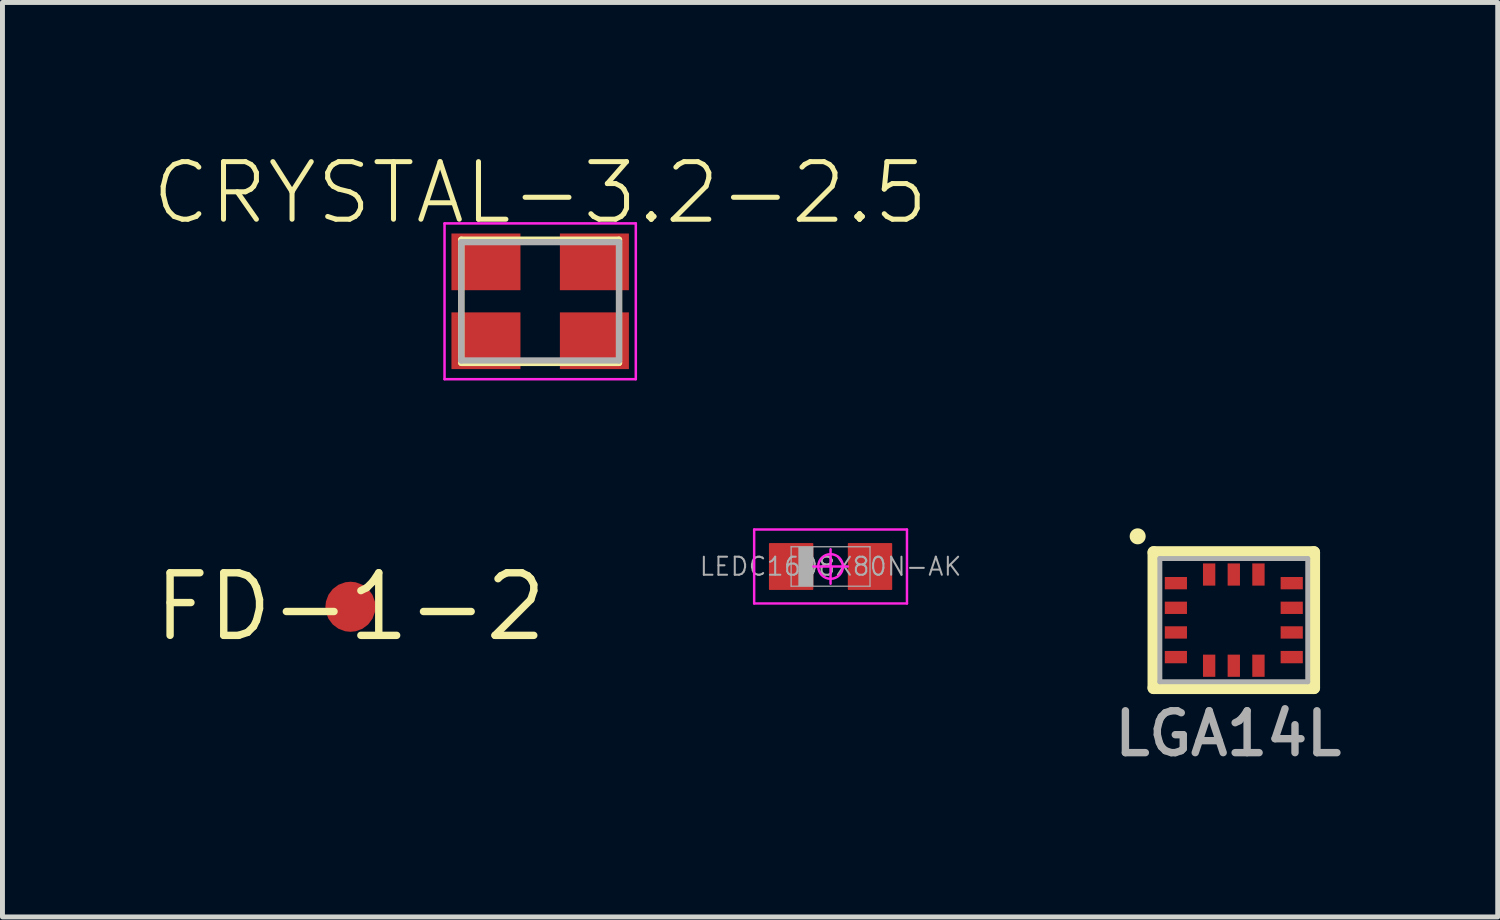
<source format=kicad_pcb>
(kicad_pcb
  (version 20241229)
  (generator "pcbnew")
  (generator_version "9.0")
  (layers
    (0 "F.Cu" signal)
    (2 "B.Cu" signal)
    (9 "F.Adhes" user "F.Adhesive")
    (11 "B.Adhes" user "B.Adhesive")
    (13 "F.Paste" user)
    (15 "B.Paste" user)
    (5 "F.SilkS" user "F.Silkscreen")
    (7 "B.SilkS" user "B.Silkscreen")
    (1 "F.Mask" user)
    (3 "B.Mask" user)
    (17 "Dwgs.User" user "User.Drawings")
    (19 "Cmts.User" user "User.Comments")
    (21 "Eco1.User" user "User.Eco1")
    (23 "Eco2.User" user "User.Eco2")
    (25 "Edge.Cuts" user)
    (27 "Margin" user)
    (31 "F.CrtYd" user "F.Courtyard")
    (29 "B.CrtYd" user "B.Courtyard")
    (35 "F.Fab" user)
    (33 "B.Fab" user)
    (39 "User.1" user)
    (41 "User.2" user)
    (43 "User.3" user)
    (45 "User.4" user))
  (footprint "FD-1-2"
    (layer "F.Cu")
    (at 4.059 9.259)
    (property "Reference" "FD-1-2" (at 0 0 0) (layer "F.SilkS") (effects (font (size 1.27 1.27) (thickness 0.15))))
    (fp_circle (center 0 0) (end 0.5 0) (stroke (width 2.184) (type solid)) (fill no) (layer "F.Mask"))
    (pad "P$1" smd roundrect (at 0 0) (size 1.016 1.016) (layers "F.Cu" "F.Mask" "F.Paste") (roundrect_rratio 0.5))
    (zone (net_name "") (layer "F.Cu") (hatch edge 0.5) (connect_pads) (min_thickness 0.25) (filled_areas_thickness no) (keepout (tracks not_allowed) (vias not_allowed) (pads not_allowed) (copperpour not_allowed) (footprints allowed)) (placement (enabled no)) (fill) (polygon (pts (xy 5.623 9.259) (xy 5.602 9.009) (xy 5.542 8.764) (xy 5.444 8.533) (xy 5.309 8.32) (xy 5.142 8.132) (xy 4.947 7.973) (xy 4.729 7.847) (xy 4.494 7.758) (xy 4.248 7.707) (xy 3.996 7.697) (xy 3.746 7.728) (xy 3.505 7.798) (xy 3.277 7.905) (xy 3.07 8.048) (xy 2.889 8.223) (xy 2.738 8.424) (xy 2.621 8.647) (xy 2.541 8.885) (xy 2.501 9.134) (xy 2.501 9.385) (xy 2.541 9.634) (xy 2.621 9.872) (xy 2.738 10.095) (xy 2.889 10.296) (xy 3.07 10.471) (xy 3.277 10.613) (xy 3.505 10.721) (xy 3.746 10.791) (xy 3.996 10.822) (xy 4.248 10.812) (xy 4.494 10.761) (xy 4.729 10.672) (xy 4.947 10.546) (xy 5.142 10.387) (xy 5.309 10.199) (xy 5.444 9.986) (xy 5.542 9.755) (xy 5.602 9.51))) (polygon (pts (xy 5.496 9.259) (xy 5.476 9.023) (xy 5.418 8.793) (xy 5.323 8.576) (xy 5.193 8.377) (xy 5.032 8.203) (xy 4.845 8.057) (xy 4.636 7.944) (xy 4.412 7.867) (xy 4.178 7.828) (xy 3.941 7.828) (xy 3.707 7.867) (xy 3.482 7.944) (xy 3.273 8.057) (xy 3.086 8.203) (xy 2.926 8.377) (xy 2.796 8.576) (xy 2.701 8.793) (xy 2.642 9.023) (xy 2.623 9.259) (xy 2.642 9.496) (xy 2.701 9.726) (xy 2.796 9.943) (xy 2.926 10.142) (xy 3.086 10.316) (xy 3.273 10.462) (xy 3.482 10.575) (xy 3.707 10.652) (xy 3.941 10.691) (xy 4.178 10.691) (xy 4.412 10.652) (xy 4.636 10.575) (xy 4.845 10.462) (xy 5.032 10.316) (xy 5.193 10.142) (xy 5.323 9.943) (xy 5.418 9.726) (xy 5.476 9.496)))))
  (footprint "CRYSTAL-3.2-2.5"
    (layer "F.Cu")
    (at 7.908 3.062)
    (property "Reference" "CRYSTAL-3.2-2.5" (at 0 -2.2 0) (unlocked yes) (layer "F.SilkS") (effects (font (size 1.168 1.168) (thickness 0.102))))
    (fp_line (start -1.6 -1.25) (end 1.6 -1.25) (stroke (width 0.127) (type solid)) (layer "F.SilkS"))
    (fp_line (start -1.6 1.25) (end -1.6 -1.25) (stroke (width 0.127) (type solid)) (layer "F.SilkS"))
    (fp_line (start 1.6 -1.25) (end 1.6 1.25) (stroke (width 0.127) (type solid)) (layer "F.SilkS"))
    (fp_line (start 1.6 1.25) (end -1.6 1.25) (stroke (width 0.127) (type solid)) (layer "F.SilkS"))
    (fp_line (start -1.94 -1.58) (end 1.94 -1.58) (stroke (width 0.051) (type solid)) (layer "F.CrtYd"))
    (fp_line (start -1.94 1.58) (end -1.94 -1.58) (stroke (width 0.051) (type solid)) (layer "F.CrtYd"))
    (fp_line (start 1.94 -1.58) (end 1.94 1.58) (stroke (width 0.051) (type solid)) (layer "F.CrtYd"))
    (fp_line (start 1.94 1.58) (end -1.94 1.58) (stroke (width 0.051) (type solid)) (layer "F.CrtYd"))
    (fp_line (start -1.6 -1.2) (end 1.6 -1.2) (stroke (width 0.127) (type solid)) (layer "F.Fab"))
    (fp_line (start -1.6 1.2) (end -1.6 -1.2) (stroke (width 0.127) (type solid)) (layer "F.Fab"))
    (fp_line (start 1.6 -1.2) (end 1.6 1.2) (stroke (width 0.127) (type solid)) (layer "F.Fab"))
    (fp_line (start 1.6 1.2) (end -1.6 1.2) (stroke (width 0.127) (type solid)) (layer "F.Fab"))
    (pad "1" smd rect (at -1.1 0.8 90) (size 1.15 1.4) (layers "F.Cu" "F.Mask" "F.Paste"))
    (pad "2" smd rect (at 1.1 0.8 90) (size 1.15 1.4) (layers "F.Cu" "F.Mask" "F.Paste"))
    (pad "3" smd rect (at 1.1 -0.8 90) (size 1.15 1.4) (layers "F.Cu" "F.Mask" "F.Paste"))
    (pad "4" smd rect (at -1.1 -0.8 90) (size 1.15 1.4) (layers "F.Cu" "F.Mask" "F.Paste")))
  (footprint "LGA14L"
    (layer "F.Cu")
    (at 21.979 9.53)
    (property "Reference" "LGA14L" (at -2.5 2.8 0) (unlocked yes) (layer "F.Fab") (effects (font (size 0.85 0.85) (thickness 0.15)) (justify left bottom)))
    (fp_line (start -1.925 -1.7) (end -1.975 -1.7) (stroke (width 0.25) (type solid)) (layer "F.SilkS"))
    (fp_line (start -1.625 -1.375) (end 1.625 -1.375) (stroke (width 0.25) (type solid)) (layer "F.SilkS"))
    (fp_line (start -1.625 1.375) (end -1.625 -1.375) (stroke (width 0.25) (type solid)) (layer "F.SilkS"))
    (fp_line (start 1.625 -1.375) (end 1.625 1.375) (stroke (width 0.25) (type solid)) (layer "F.SilkS"))
    (fp_line (start 1.625 1.375) (end -1.625 1.375) (stroke (width 0.25) (type solid)) (layer "F.SilkS"))
    (fp_circle (center -1.95 -1.7) (end -1.85 -1.7) (stroke (width 0.125) (type solid)) (fill no) (layer "F.SilkS"))
    (fp_line (start -1.5 -1.25) (end -1.5 1.25) (stroke (width 0.1) (type solid)) (layer "F.Fab"))
    (fp_line (start -1.5 1.25) (end 1.5 1.25) (stroke (width 0.1) (type solid)) (layer "F.Fab"))
    (fp_line (start 1.5 -1.25) (end -1.5 -1.25) (stroke (width 0.1) (type solid)) (layer "F.Fab"))
    (fp_line (start 1.5 1.25) (end 1.5 -1.25) (stroke (width 0.1) (type solid)) (layer "F.Fab"))
    (pad "1" smd rect (at -1.175 -0.75 180) (size 0.45 0.25) (layers "F.Cu" "F.Mask" "F.Paste"))
    (pad "2" smd rect (at -1.175 -0.25 180) (size 0.45 0.25) (layers "F.Cu" "F.Mask" "F.Paste"))
    (pad "3" smd rect (at -1.175 0.25 180) (size 0.45 0.25) (layers "F.Cu" "F.Mask" "F.Paste"))
    (pad "4" smd rect (at -1.175 0.75 180) (size 0.45 0.25) (layers "F.Cu" "F.Mask" "F.Paste"))
    (pad "5" smd rect (at -0.5 0.925 90) (size 0.45 0.25) (layers "F.Cu" "F.Mask" "F.Paste"))
    (pad "6" smd rect (at 0 0.925 90) (size 0.45 0.25) (layers "F.Cu" "F.Mask" "F.Paste"))
    (pad "7" smd rect (at 0.5 0.925 90) (size 0.45 0.25) (layers "F.Cu" "F.Mask" "F.Paste"))
    (pad "8" smd rect (at 1.175 0.75 180) (size 0.45 0.25) (layers "F.Cu" "F.Mask" "F.Paste"))
    (pad "9" smd rect (at 1.175 0.25 180) (size 0.45 0.25) (layers "F.Cu" "F.Mask" "F.Paste"))
    (pad "10" smd rect (at 1.175 -0.25 180) (size 0.45 0.25) (layers "F.Cu" "F.Mask" "F.Paste"))
    (pad "11" smd rect (at 1.175 -0.75 180) (size 0.45 0.25) (layers "F.Cu" "F.Mask" "F.Paste"))
    (pad "12" smd rect (at 0.5 -0.925 90) (size 0.45 0.25) (layers "F.Cu" "F.Mask" "F.Paste"))
    (pad "13" smd rect (at 0 -0.925 90) (size 0.45 0.25) (layers "F.Cu" "F.Mask" "F.Paste"))
    (pad "14" smd rect (at -0.5 -0.925 90) (size 0.45 0.25) (layers "F.Cu" "F.Mask" "F.Paste"))
    (zone (net_name "") (layer "F.Cu") (hatch edge 0.5) (connect_pads) (min_thickness 0.25) (filled_areas_thickness no) (keepout (tracks not_allowed) (vias not_allowed) (pads not_allowed) (copperpour not_allowed) (footprints allowed)) (placement (enabled no)) (fill) (polygon (pts (xy 20.479 8.55) (xy 21.239 8.55) (xy 21.239 8.28) (xy 20.479 8.28))))
    (zone (net_name "") (layer "F.Cu") (hatch edge 0.5) (connect_pads) (min_thickness 0.25) (filled_areas_thickness no) (keepout (tracks not_allowed) (vias not_allowed) (pads not_allowed) (copperpour not_allowed) (footprints allowed)) (placement (enabled no)) (fill) (polygon (pts (xy 20.479 10.78) (xy 21.239 10.78) (xy 21.239 10.51) (xy 20.479 10.51))))
    (zone (net_name "") (layer "F.Cu") (hatch edge 0.5) (connect_pads) (min_thickness 0.25) (filled_areas_thickness no) (keepout (tracks not_allowed) (vias not_allowed) (pads not_allowed) (copperpour not_allowed) (footprints allowed)) (placement (enabled no)) (fill) (polygon (pts (xy 21.149 8.95) (xy 21.239 8.95) (xy 21.239 8.55) (xy 21.149 8.55))))
    (zone (net_name "") (layer "F.Cu") (hatch edge 0.5) (connect_pads) (min_thickness 0.25) (filled_areas_thickness no) (keepout (tracks not_allowed) (vias not_allowed) (pads not_allowed) (copperpour not_allowed) (footprints allowed)) (placement (enabled no)) (fill) (polygon (pts (xy 21.149 10.11) (xy 22.809 10.11) (xy 22.809 8.95) (xy 21.149 8.95))))
    (zone (net_name "") (layer "F.Cu") (hatch edge 0.5) (connect_pads) (min_thickness 0.25) (filled_areas_thickness no) (keepout (tracks not_allowed) (vias not_allowed) (pads not_allowed) (copperpour not_allowed) (footprints allowed)) (placement (enabled no)) (fill) (polygon (pts (xy 21.149 10.51) (xy 21.239 10.51) (xy 21.239 10.11) (xy 21.149 10.11))))
    (zone (net_name "") (layer "F.Cu") (hatch edge 0.5) (connect_pads) (min_thickness 0.25) (filled_areas_thickness no) (keepout (tracks not_allowed) (vias not_allowed) (pads not_allowed) (copperpour not_allowed) (footprints allowed)) (placement (enabled no)) (fill) (polygon (pts (xy 22.719 8.55) (xy 23.479 8.55) (xy 23.479 8.28) (xy 22.719 8.28))))
    (zone (net_name "") (layer "F.Cu") (hatch edge 0.5) (connect_pads) (min_thickness 0.25) (filled_areas_thickness no) (keepout (tracks not_allowed) (vias not_allowed) (pads not_allowed) (copperpour not_allowed) (footprints allowed)) (placement (enabled no)) (fill) (polygon (pts (xy 22.719 8.95) (xy 22.809 8.95) (xy 22.809 8.55) (xy 22.719 8.55))))
    (zone (net_name "") (layer "F.Cu") (hatch edge 0.5) (connect_pads) (min_thickness 0.25) (filled_areas_thickness no) (keepout (tracks not_allowed) (vias not_allowed) (pads not_allowed) (copperpour not_allowed) (footprints allowed)) (placement (enabled no)) (fill) (polygon (pts (xy 22.719 10.51) (xy 22.809 10.51) (xy 22.809 10.11) (xy 22.719 10.11))))
    (zone (net_name "") (layer "F.Cu") (hatch edge 0.5) (connect_pads) (min_thickness 0.25) (filled_areas_thickness no) (keepout (tracks not_allowed) (vias not_allowed) (pads not_allowed) (copperpour not_allowed) (footprints allowed)) (placement (enabled no)) (fill) (polygon (pts (xy 22.719 10.78) (xy 23.479 10.78) (xy 23.479 10.51) (xy 22.719 10.51)))))
  (footprint "LEDC1608X80N-AK"
    (layer "F.Cu")
    (at 13.799 8.442)
    (property "Reference" "LEDC1608X80N-AK" (at 0 0 0) (unlocked yes) (layer "F.Fab") (effects (font (size 0.366 0.366) (thickness 0.041))))
    (fp_line (start -1.55 -0.75) (end -1.55 0.75) (stroke (width 0.05) (type solid)) (layer "F.CrtYd"))
    (fp_line (start -1.55 0.75) (end 1.55 0.75) (stroke (width 0.05) (type solid)) (layer "F.CrtYd"))
    (fp_line (start -0.35 0) (end 0.35 0) (stroke (width 0.05) (type solid)) (layer "F.CrtYd"))
    (fp_line (start 0 0.35) (end 0 -0.35) (stroke (width 0.05) (type solid)) (layer "F.CrtYd"))
    (fp_line (start 1.55 -0.75) (end -1.55 -0.75) (stroke (width 0.05) (type solid)) (layer "F.CrtYd"))
    (fp_line (start 1.55 0.75) (end 1.55 -0.75) (stroke (width 0.05) (type solid)) (layer "F.CrtYd"))
    (fp_circle (center 0 0) (end 0.25 0) (stroke (width 0.05) (type solid)) (fill no) (layer "F.CrtYd"))
    (fp_line (start -0.8 -0.4) (end -0.8 0.4) (stroke (width 0.025) (type solid)) (layer "F.Fab"))
    (fp_line (start -0.8 0.4) (end 0.8 0.4) (stroke (width 0.025) (type solid)) (layer "F.Fab"))
    (fp_line (start -0.645 -0.395) (end -0.645 0.395) (stroke (width 0.01) (type solid)) (layer "F.Fab"))
    (fp_line (start -0.645 0.395) (end -0.355 0.395) (stroke (width 0.01) (type solid)) (layer "F.Fab"))
    (fp_line (start -0.64 -0.39) (end -0.64 0.39) (stroke (width 0.01) (type solid)) (layer "F.Fab"))
    (fp_line (start -0.64 0.39) (end -0.36 0.39) (stroke (width 0.01) (type solid)) (layer "F.Fab"))
    (fp_line (start -0.63 -0.38) (end -0.63 0.38) (stroke (width 0.025) (type solid)) (layer "F.Fab"))
    (fp_line (start -0.63 0.38) (end -0.37 0.38) (stroke (width 0.025) (type solid)) (layer "F.Fab"))
    (fp_line (start -0.618 -0.368) (end -0.618 0.367) (stroke (width 0.025) (type solid)) (layer "F.Fab"))
    (fp_line (start -0.618 0.367) (end -0.383 0.367) (stroke (width 0.025) (type solid)) (layer "F.Fab"))
    (fp_line (start -0.605 -0.355) (end -0.605 0.355) (stroke (width 0.05) (type solid)) (layer "F.Fab"))
    (fp_line (start -0.605 0.355) (end -0.395 0.355) (stroke (width 0.05) (type solid)) (layer "F.Fab"))
    (fp_line (start -0.58 -0.33) (end -0.58 0.33) (stroke (width 0.1) (type solid)) (layer "F.Fab"))
    (fp_line (start -0.58 0.33) (end -0.42 0.33) (stroke (width 0.1) (type solid)) (layer "F.Fab"))
    (fp_line (start -0.53 -0.28) (end -0.53 0.28) (stroke (width 0.2) (type solid)) (layer "F.Fab"))
    (fp_line (start -0.53 0.28) (end -0.47 0.28) (stroke (width 0.2) (type solid)) (layer "F.Fab"))
    (fp_line (start -0.47 -0.28) (end -0.53 -0.28) (stroke (width 0.2) (type solid)) (layer "F.Fab"))
    (fp_line (start -0.47 0.28) (end -0.47 -0.28) (stroke (width 0.2) (type solid)) (layer "F.Fab"))
    (fp_line (start -0.42 -0.33) (end -0.58 -0.33) (stroke (width 0.1) (type solid)) (layer "F.Fab"))
    (fp_line (start -0.42 0.33) (end -0.42 -0.33) (stroke (width 0.1) (type solid)) (layer "F.Fab"))
    (fp_line (start -0.395 -0.355) (end -0.605 -0.355) (stroke (width 0.05) (type solid)) (layer "F.Fab"))
    (fp_line (start -0.395 0.355) (end -0.395 -0.355) (stroke (width 0.05) (type solid)) (layer "F.Fab"))
    (fp_line (start -0.383 -0.368) (end -0.618 -0.368) (stroke (width 0.025) (type solid)) (layer "F.Fab"))
    (fp_line (start -0.383 0.367) (end -0.383 -0.368) (stroke (width 0.025) (type solid)) (layer "F.Fab"))
    (fp_line (start -0.37 -0.38) (end -0.63 -0.38) (stroke (width 0.025) (type solid)) (layer "F.Fab"))
    (fp_line (start -0.37 0.38) (end -0.37 -0.38) (stroke (width 0.025) (type solid)) (layer "F.Fab"))
    (fp_line (start -0.36 -0.39) (end -0.64 -0.39) (stroke (width 0.01) (type solid)) (layer "F.Fab"))
    (fp_line (start -0.36 0.39) (end -0.36 -0.39) (stroke (width 0.01) (type solid)) (layer "F.Fab"))
    (fp_line (start -0.355 -0.395) (end -0.645 -0.395) (stroke (width 0.01) (type solid)) (layer "F.Fab"))
    (fp_line (start -0.355 0.395) (end -0.355 -0.395) (stroke (width 0.01) (type solid)) (layer "F.Fab"))
    (fp_line (start 0.8 -0.4) (end -0.8 -0.4) (stroke (width 0.025) (type solid)) (layer "F.Fab"))
    (fp_line (start 0.8 0.4) (end 0.8 -0.4) (stroke (width 0.025) (type solid)) (layer "F.Fab"))
    (pad "A" smd roundrect (at 0.8 0) (size 0.9 0.95) (layers "F.Cu" "F.Mask" "F.Paste") (roundrect_rratio 0.015))
    (pad "C" smd roundrect (at -0.8 0) (size 0.9 0.95) (layers "F.Cu" "F.Mask" "F.Paste") (roundrect_rratio 0.015)))
  (gr_rect
    (start -3 -3)
    (end 27.333 15.551)
    (stroke (width 0.1) (type default))
    (fill no)
    (layer "Edge.Cuts")))
</source>
